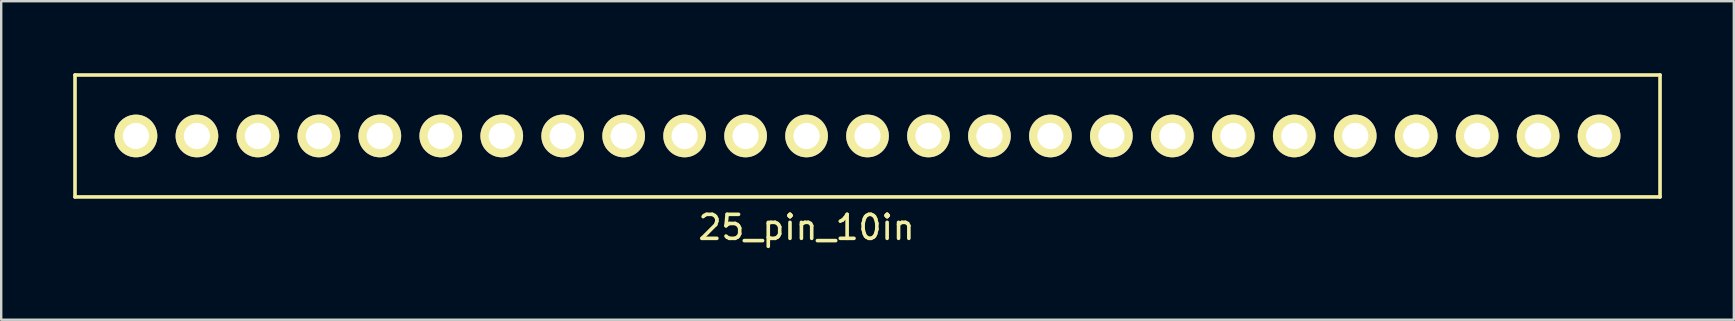
<source format=kicad_pcb>
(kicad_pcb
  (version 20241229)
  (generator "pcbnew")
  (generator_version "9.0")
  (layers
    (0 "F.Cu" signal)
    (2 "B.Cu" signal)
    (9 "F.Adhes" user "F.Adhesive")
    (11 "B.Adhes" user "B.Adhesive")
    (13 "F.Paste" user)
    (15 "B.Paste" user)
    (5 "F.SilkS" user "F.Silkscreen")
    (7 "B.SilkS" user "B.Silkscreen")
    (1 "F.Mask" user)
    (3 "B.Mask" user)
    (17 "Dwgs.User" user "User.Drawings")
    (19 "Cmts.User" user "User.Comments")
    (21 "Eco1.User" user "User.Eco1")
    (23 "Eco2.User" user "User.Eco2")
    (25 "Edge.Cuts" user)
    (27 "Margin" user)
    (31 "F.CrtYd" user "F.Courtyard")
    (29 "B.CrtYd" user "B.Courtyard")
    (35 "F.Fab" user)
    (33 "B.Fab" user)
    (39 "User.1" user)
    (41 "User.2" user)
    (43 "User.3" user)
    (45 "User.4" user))
  (footprint "25_pin_10in"
    (layer "F.Cu")
    (at 30.555 2.615)
    (property "Reference" "25_pin_10in" (at 0 3.81 0) (layer "F.SilkS") (effects (font (size 1 1) (thickness 0.15))))
    (attr through_hole)
    (fp_line (start -30.48 -2.54) (end -30.48 2.54) (stroke (width 0.15) (type solid)) (layer "F.SilkS"))
    (fp_line (start -30.48 -2.54) (end 35.56 -2.54) (stroke (width 0.15) (type solid)) (layer "F.SilkS"))
    (fp_line (start 35.56 -2.54) (end 35.56 2.54) (stroke (width 0.15) (type solid)) (layer "F.SilkS"))
    (fp_line (start 35.56 2.54) (end -30.48 2.54) (stroke (width 0.15) (type solid)) (layer "F.SilkS"))
    (pad "1" thru_hole circle (at -27.94 0) (size 1.778 1.778) (drill 1.092) (layers "*.Cu" "*.Mask" "F.SilkS"))
    (pad "2" thru_hole circle (at -25.4 0) (size 1.778 1.778) (drill 1.092) (layers "*.Cu" "*.Mask" "F.SilkS"))
    (pad "3" thru_hole circle (at -22.86 0) (size 1.778 1.778) (drill 1.092) (layers "*.Cu" "*.Mask" "F.SilkS"))
    (pad "4" thru_hole circle (at -20.32 0) (size 1.778 1.778) (drill 1.092) (layers "*.Cu" "*.Mask" "F.SilkS"))
    (pad "5" thru_hole circle (at -17.78 0) (size 1.778 1.778) (drill 1.092) (layers "*.Cu" "*.Mask" "F.SilkS"))
    (pad "6" thru_hole circle (at -15.24 0) (size 1.778 1.778) (drill 1.092) (layers "*.Cu" "*.Mask" "F.SilkS"))
    (pad "7" thru_hole circle (at -12.7 0) (size 1.778 1.778) (drill 1.092) (layers "*.Cu" "*.Mask" "F.SilkS"))
    (pad "8" thru_hole circle (at -10.16 0) (size 1.778 1.778) (drill 1.092) (layers "*.Cu" "*.Mask" "F.SilkS"))
    (pad "9" thru_hole circle (at -7.62 0) (size 1.778 1.778) (drill 1.092) (layers "*.Cu" "*.Mask" "F.SilkS"))
    (pad "10" thru_hole circle (at -5.08 0) (size 1.778 1.778) (drill 1.092) (layers "*.Cu" "*.Mask" "F.SilkS"))
    (pad "11" thru_hole circle (at -2.54 0) (size 1.778 1.778) (drill 1.092) (layers "*.Cu" "*.Mask" "F.SilkS"))
    (pad "12" thru_hole circle (at 0 0) (size 1.778 1.778) (drill 1.092) (layers "*.Cu" "*.Mask" "F.SilkS"))
    (pad "13" thru_hole circle (at 2.54 0) (size 1.778 1.778) (drill 1.092) (layers "*.Cu" "*.Mask" "F.SilkS"))
    (pad "14" thru_hole circle (at 5.08 0) (size 1.778 1.778) (drill 1.092) (layers "*.Cu" "*.Mask" "F.SilkS"))
    (pad "15" thru_hole circle (at 7.62 0) (size 1.778 1.778) (drill 1.092) (layers "*.Cu" "*.Mask" "F.SilkS"))
    (pad "16" thru_hole circle (at 10.16 0) (size 1.778 1.778) (drill 1.092) (layers "*.Cu" "*.Mask" "F.SilkS"))
    (pad "17" thru_hole circle (at 12.7 0) (size 1.778 1.778) (drill 1.092) (layers "*.Cu" "*.Mask" "F.SilkS"))
    (pad "18" thru_hole circle (at 15.24 0) (size 1.778 1.778) (drill 1.092) (layers "*.Cu" "*.Mask" "F.SilkS"))
    (pad "19" thru_hole circle (at 17.78 0) (size 1.778 1.778) (drill 1.092) (layers "*.Cu" "*.Mask" "F.SilkS"))
    (pad "20" thru_hole circle (at 20.32 0) (size 1.778 1.778) (drill 1.092) (layers "*.Cu" "*.Mask" "F.SilkS"))
    (pad "21" thru_hole circle (at 22.86 0) (size 1.778 1.778) (drill 1.092) (layers "*.Cu" "*.Mask" "F.SilkS"))
    (pad "22" thru_hole circle (at 25.4 0) (size 1.778 1.778) (drill 1.092) (layers "*.Cu" "*.Mask" "F.SilkS"))
    (pad "23" thru_hole circle (at 27.94 0) (size 1.778 1.778) (drill 1.092) (layers "*.Cu" "*.Mask" "F.SilkS"))
    (pad "24" thru_hole circle (at 30.48 0) (size 1.778 1.778) (drill 1.092) (layers "*.Cu" "*.Mask" "F.SilkS"))
    (pad "25" thru_hole circle (at 33.02 0) (size 1.778 1.778) (drill 1.092) (layers "*.Cu" "*.Mask" "F.SilkS")))
  (gr_rect
    (start -3 -3)
    (end 69.19 10.273)
    (stroke (width 0.1) (type default))
    (fill no)
    (layer "Edge.Cuts")))
</source>
